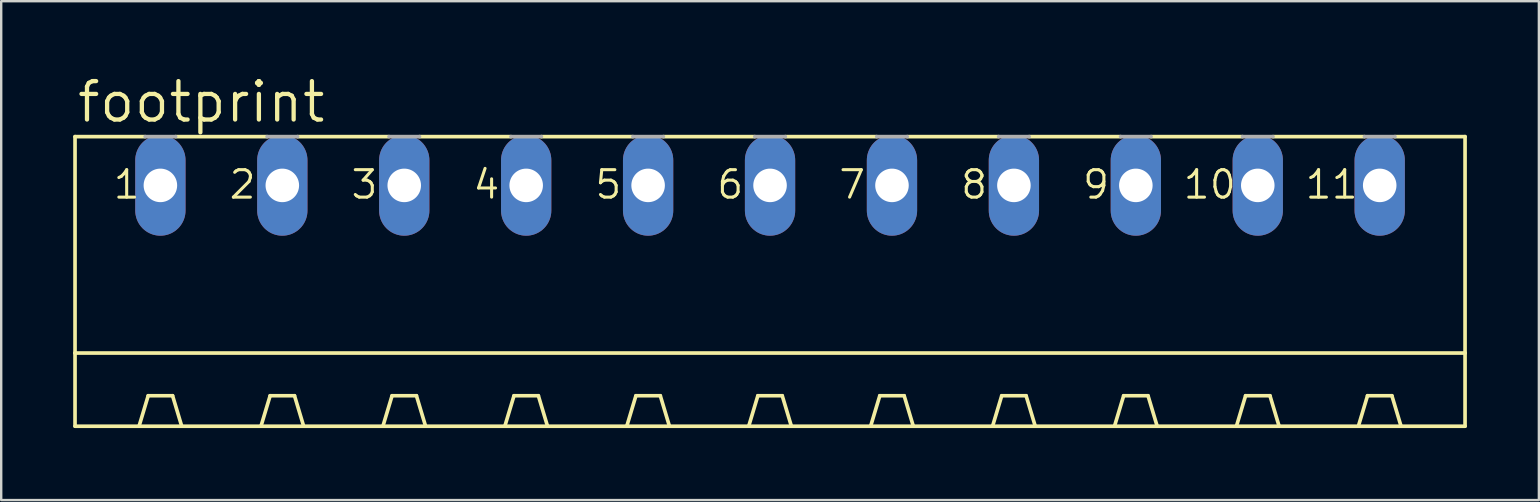
<source format=kicad_pcb>
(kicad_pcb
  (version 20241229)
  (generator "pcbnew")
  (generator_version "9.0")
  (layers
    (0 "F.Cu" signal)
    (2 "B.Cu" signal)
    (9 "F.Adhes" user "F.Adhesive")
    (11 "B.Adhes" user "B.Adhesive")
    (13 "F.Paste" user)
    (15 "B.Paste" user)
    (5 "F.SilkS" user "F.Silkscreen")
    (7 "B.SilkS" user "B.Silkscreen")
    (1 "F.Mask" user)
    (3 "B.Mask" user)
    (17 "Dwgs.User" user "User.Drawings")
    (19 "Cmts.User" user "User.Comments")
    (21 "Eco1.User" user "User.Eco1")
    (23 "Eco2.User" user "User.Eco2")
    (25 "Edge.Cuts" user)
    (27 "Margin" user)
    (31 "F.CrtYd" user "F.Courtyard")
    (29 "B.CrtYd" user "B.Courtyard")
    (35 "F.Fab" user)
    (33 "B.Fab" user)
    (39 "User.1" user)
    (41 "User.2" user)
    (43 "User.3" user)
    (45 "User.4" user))
  (footprint "footprint"
    (layer "F.Cu")
    (at 29.032 9.754)
    (property "Reference" "footprint" (at -28.956 -7.62 0) (layer "F.SilkS") (effects (font (size 1.6 1.6) (thickness 0.178)) (justify left bottom)))
    (fp_line (start -28.956 -7.112) (end -28.956 1.905) (stroke (width 0.152) (type solid)) (layer "F.SilkS"))
    (fp_line (start -28.956 -7.112) (end -26.035 -7.112) (stroke (width 0.152) (type solid)) (layer "F.SilkS"))
    (fp_line (start -28.956 1.905) (end -28.956 4.953) (stroke (width 0.152) (type solid)) (layer "F.SilkS"))
    (fp_line (start -28.956 1.905) (end 28.956 1.905) (stroke (width 0.152) (type solid)) (layer "F.SilkS"))
    (fp_line (start -28.956 4.953) (end -26.289 4.953) (stroke (width 0.152) (type solid)) (layer "F.SilkS"))
    (fp_line (start -26.289 4.953) (end -25.908 3.683) (stroke (width 0.152) (type solid)) (layer "F.SilkS"))
    (fp_line (start -26.289 4.953) (end -24.511 4.953) (stroke (width 0.152) (type solid)) (layer "F.SilkS"))
    (fp_line (start -24.892 3.683) (end -25.908 3.683) (stroke (width 0.152) (type solid)) (layer "F.SilkS"))
    (fp_line (start -24.765 -7.112) (end -20.955 -7.112) (stroke (width 0.152) (type solid)) (layer "F.SilkS"))
    (fp_line (start -24.511 4.953) (end -24.892 3.683) (stroke (width 0.152) (type solid)) (layer "F.SilkS"))
    (fp_line (start -24.511 4.953) (end -21.209 4.953) (stroke (width 0.152) (type solid)) (layer "F.SilkS"))
    (fp_line (start -21.209 4.953) (end -20.828 3.683) (stroke (width 0.152) (type solid)) (layer "F.SilkS"))
    (fp_line (start -21.209 4.953) (end -19.431 4.953) (stroke (width 0.152) (type solid)) (layer "F.SilkS"))
    (fp_line (start -20.828 3.683) (end -19.812 3.683) (stroke (width 0.152) (type solid)) (layer "F.SilkS"))
    (fp_line (start -19.685 -7.112) (end -15.875 -7.112) (stroke (width 0.152) (type solid)) (layer "F.SilkS"))
    (fp_line (start -19.431 4.953) (end -19.812 3.683) (stroke (width 0.152) (type solid)) (layer "F.SilkS"))
    (fp_line (start -19.431 4.953) (end -16.129 4.953) (stroke (width 0.152) (type solid)) (layer "F.SilkS"))
    (fp_line (start -16.129 4.953) (end -15.748 3.683) (stroke (width 0.152) (type solid)) (layer "F.SilkS"))
    (fp_line (start -16.129 4.953) (end -14.351 4.953) (stroke (width 0.152) (type solid)) (layer "F.SilkS"))
    (fp_line (start -15.748 3.683) (end -14.732 3.683) (stroke (width 0.152) (type solid)) (layer "F.SilkS"))
    (fp_line (start -14.605 -7.112) (end -10.795 -7.112) (stroke (width 0.152) (type solid)) (layer "F.SilkS"))
    (fp_line (start -14.351 4.953) (end -14.732 3.683) (stroke (width 0.152) (type solid)) (layer "F.SilkS"))
    (fp_line (start -14.351 4.953) (end -11.049 4.953) (stroke (width 0.152) (type solid)) (layer "F.SilkS"))
    (fp_line (start -11.049 4.953) (end -10.668 3.683) (stroke (width 0.152) (type solid)) (layer "F.SilkS"))
    (fp_line (start -11.049 4.953) (end -9.271 4.953) (stroke (width 0.152) (type solid)) (layer "F.SilkS"))
    (fp_line (start -10.668 3.683) (end -9.652 3.683) (stroke (width 0.152) (type solid)) (layer "F.SilkS"))
    (fp_line (start -9.525 -7.112) (end -5.715 -7.112) (stroke (width 0.152) (type solid)) (layer "F.SilkS"))
    (fp_line (start -9.271 4.953) (end -9.652 3.683) (stroke (width 0.152) (type solid)) (layer "F.SilkS"))
    (fp_line (start -9.271 4.953) (end -5.969 4.953) (stroke (width 0.152) (type solid)) (layer "F.SilkS"))
    (fp_line (start -5.969 4.953) (end -5.588 3.683) (stroke (width 0.152) (type solid)) (layer "F.SilkS"))
    (fp_line (start -5.969 4.953) (end -4.191 4.953) (stroke (width 0.152) (type solid)) (layer "F.SilkS"))
    (fp_line (start -5.588 3.683) (end -4.572 3.683) (stroke (width 0.152) (type solid)) (layer "F.SilkS"))
    (fp_line (start -4.445 -7.112) (end -0.635 -7.112) (stroke (width 0.152) (type solid)) (layer "F.SilkS"))
    (fp_line (start -4.191 4.953) (end -4.572 3.683) (stroke (width 0.152) (type solid)) (layer "F.SilkS"))
    (fp_line (start -4.191 4.953) (end -0.889 4.953) (stroke (width 0.152) (type solid)) (layer "F.SilkS"))
    (fp_line (start -0.889 4.953) (end -0.508 3.683) (stroke (width 0.152) (type solid)) (layer "F.SilkS"))
    (fp_line (start -0.889 4.953) (end 0.889 4.953) (stroke (width 0.152) (type solid)) (layer "F.SilkS"))
    (fp_line (start -0.508 3.683) (end 0.508 3.683) (stroke (width 0.152) (type solid)) (layer "F.SilkS"))
    (fp_line (start 0.635 -7.112) (end 4.445 -7.112) (stroke (width 0.152) (type solid)) (layer "F.SilkS"))
    (fp_line (start 0.889 4.953) (end 0.508 3.683) (stroke (width 0.152) (type solid)) (layer "F.SilkS"))
    (fp_line (start 0.889 4.953) (end 4.191 4.953) (stroke (width 0.152) (type solid)) (layer "F.SilkS"))
    (fp_line (start 4.191 4.953) (end 4.572 3.683) (stroke (width 0.152) (type solid)) (layer "F.SilkS"))
    (fp_line (start 4.191 4.953) (end 5.969 4.953) (stroke (width 0.152) (type solid)) (layer "F.SilkS"))
    (fp_line (start 4.572 3.683) (end 5.588 3.683) (stroke (width 0.152) (type solid)) (layer "F.SilkS"))
    (fp_line (start 5.715 -7.112) (end 9.525 -7.112) (stroke (width 0.152) (type solid)) (layer "F.SilkS"))
    (fp_line (start 5.969 4.953) (end 5.588 3.683) (stroke (width 0.152) (type solid)) (layer "F.SilkS"))
    (fp_line (start 5.969 4.953) (end 9.271 4.953) (stroke (width 0.152) (type solid)) (layer "F.SilkS"))
    (fp_line (start 9.271 4.953) (end 9.652 3.683) (stroke (width 0.152) (type solid)) (layer "F.SilkS"))
    (fp_line (start 9.271 4.953) (end 11.049 4.953) (stroke (width 0.152) (type solid)) (layer "F.SilkS"))
    (fp_line (start 9.652 3.683) (end 10.668 3.683) (stroke (width 0.152) (type solid)) (layer "F.SilkS"))
    (fp_line (start 10.795 -7.112) (end 14.605 -7.112) (stroke (width 0.152) (type solid)) (layer "F.SilkS"))
    (fp_line (start 11.049 4.953) (end 10.668 3.683) (stroke (width 0.152) (type solid)) (layer "F.SilkS"))
    (fp_line (start 11.049 4.953) (end 14.351 4.953) (stroke (width 0.152) (type solid)) (layer "F.SilkS"))
    (fp_line (start 14.351 4.953) (end 14.732 3.683) (stroke (width 0.152) (type solid)) (layer "F.SilkS"))
    (fp_line (start 14.351 4.953) (end 16.129 4.953) (stroke (width 0.152) (type solid)) (layer "F.SilkS"))
    (fp_line (start 14.732 3.683) (end 15.748 3.683) (stroke (width 0.152) (type solid)) (layer "F.SilkS"))
    (fp_line (start 15.875 -7.112) (end 19.685 -7.112) (stroke (width 0.152) (type solid)) (layer "F.SilkS"))
    (fp_line (start 16.129 4.953) (end 15.748 3.683) (stroke (width 0.152) (type solid)) (layer "F.SilkS"))
    (fp_line (start 16.129 4.953) (end 19.431 4.953) (stroke (width 0.152) (type solid)) (layer "F.SilkS"))
    (fp_line (start 19.431 4.953) (end 19.812 3.683) (stroke (width 0.152) (type solid)) (layer "F.SilkS"))
    (fp_line (start 19.431 4.953) (end 21.209 4.953) (stroke (width 0.152) (type solid)) (layer "F.SilkS"))
    (fp_line (start 19.812 3.683) (end 20.828 3.683) (stroke (width 0.152) (type solid)) (layer "F.SilkS"))
    (fp_line (start 20.955 -7.112) (end 24.765 -7.112) (stroke (width 0.152) (type solid)) (layer "F.SilkS"))
    (fp_line (start 21.209 4.953) (end 20.828 3.683) (stroke (width 0.152) (type solid)) (layer "F.SilkS"))
    (fp_line (start 21.209 4.953) (end 24.511 4.953) (stroke (width 0.152) (type solid)) (layer "F.SilkS"))
    (fp_line (start 24.511 4.953) (end 24.892 3.683) (stroke (width 0.152) (type solid)) (layer "F.SilkS"))
    (fp_line (start 24.511 4.953) (end 26.289 4.953) (stroke (width 0.152) (type solid)) (layer "F.SilkS"))
    (fp_line (start 24.892 3.683) (end 25.908 3.683) (stroke (width 0.152) (type solid)) (layer "F.SilkS"))
    (fp_line (start 26.035 -7.112) (end 28.956 -7.112) (stroke (width 0.152) (type solid)) (layer "F.SilkS"))
    (fp_line (start 26.289 4.953) (end 25.908 3.683) (stroke (width 0.152) (type solid)) (layer "F.SilkS"))
    (fp_line (start 26.289 4.953) (end 28.956 4.953) (stroke (width 0.152) (type solid)) (layer "F.SilkS"))
    (fp_line (start 28.956 -7.112) (end 28.956 1.905) (stroke (width 0.152) (type solid)) (layer "F.SilkS"))
    (fp_line (start 28.956 1.905) (end 28.956 4.953) (stroke (width 0.152) (type solid)) (layer "F.SilkS"))
    (fp_line (start -26.035 -7.112) (end -24.765 -7.112) (stroke (width 0.152) (type solid)) (layer "F.Fab"))
    (fp_line (start -20.955 -7.112) (end -19.685 -7.112) (stroke (width 0.152) (type solid)) (layer "F.Fab"))
    (fp_line (start -15.875 -7.112) (end -14.605 -7.112) (stroke (width 0.152) (type solid)) (layer "F.Fab"))
    (fp_line (start -10.795 -7.112) (end -9.525 -7.112) (stroke (width 0.152) (type solid)) (layer "F.Fab"))
    (fp_line (start -5.715 -7.112) (end -4.445 -7.112) (stroke (width 0.152) (type solid)) (layer "F.Fab"))
    (fp_line (start -0.635 -7.112) (end 0.635 -7.112) (stroke (width 0.152) (type solid)) (layer "F.Fab"))
    (fp_line (start 4.445 -7.112) (end 5.715 -7.112) (stroke (width 0.152) (type solid)) (layer "F.Fab"))
    (fp_line (start 9.525 -7.112) (end 10.795 -7.112) (stroke (width 0.152) (type solid)) (layer "F.Fab"))
    (fp_line (start 14.605 -7.112) (end 15.875 -7.112) (stroke (width 0.152) (type solid)) (layer "F.Fab"))
    (fp_line (start 19.685 -7.112) (end 20.955 -7.112) (stroke (width 0.152) (type solid)) (layer "F.Fab"))
    (fp_line (start 24.765 -7.112) (end 26.035 -7.112) (stroke (width 0.152) (type solid)) (layer "F.Fab"))
    (fp_text user "8" (at 7.874 -4.445 0) (layer "F.SilkS") (effects (font (size 1.143 1.143) (thickness 0.127)) (justify left bottom)))
    (fp_text user "2" (at -22.606 -4.445 0) (layer "F.SilkS") (effects (font (size 1.143 1.143) (thickness 0.127)) (justify left bottom)))
    (fp_text user "9" (at 12.954 -4.445 0) (layer "F.SilkS") (effects (font (size 1.143 1.143) (thickness 0.127)) (justify left bottom)))
    (fp_text user "4" (at -12.446 -4.445 0) (layer "F.SilkS") (effects (font (size 1.143 1.143) (thickness 0.127)) (justify left bottom)))
    (fp_text user "1" (at -27.432 -4.445 0) (layer "F.SilkS") (effects (font (size 1.143 1.143) (thickness 0.127)) (justify left bottom)))
    (fp_text user "7" (at 2.794 -4.445 0) (layer "F.SilkS") (effects (font (size 1.143 1.143) (thickness 0.127)) (justify left bottom)))
    (fp_text user "5" (at -7.366 -4.445 0) (layer "F.SilkS") (effects (font (size 1.143 1.143) (thickness 0.127)) (justify left bottom)))
    (fp_text user "6" (at -2.286 -4.445 0) (layer "F.SilkS") (effects (font (size 1.143 1.143) (thickness 0.127)) (justify left bottom)))
    (fp_text user "3" (at -17.526 -4.445 0) (layer "F.SilkS") (effects (font (size 1.143 1.143) (thickness 0.127)) (justify left bottom)))
    (fp_text user "11" (at 22.225 -4.445 0) (layer "F.SilkS") (effects (font (size 1.143 1.143) (thickness 0.127)) (justify left bottom)))
    (fp_text user "10" (at 17.145 -4.445 0) (layer "F.SilkS") (effects (font (size 1.143 1.143) (thickness 0.127)) (justify left bottom)))
    (pad "1" thru_hole oval (at -25.4 -5.08 90) (size 4.191 2.095) (drill 1.397) (layers "*.Cu" "*.Mask"))
    (pad "2" thru_hole oval (at -20.32 -5.08 90) (size 4.191 2.095) (drill 1.397) (layers "*.Cu" "*.Mask"))
    (pad "3" thru_hole oval (at -15.24 -5.08 90) (size 4.191 2.095) (drill 1.397) (layers "*.Cu" "*.Mask"))
    (pad "4" thru_hole oval (at -10.16 -5.08 90) (size 4.191 2.095) (drill 1.397) (layers "*.Cu" "*.Mask"))
    (pad "5" thru_hole oval (at -5.08 -5.08 90) (size 4.191 2.095) (drill 1.397) (layers "*.Cu" "*.Mask"))
    (pad "6" thru_hole oval (at 0 -5.08 90) (size 4.191 2.095) (drill 1.397) (layers "*.Cu" "*.Mask"))
    (pad "7" thru_hole oval (at 5.08 -5.08 90) (size 4.191 2.095) (drill 1.397) (layers "*.Cu" "*.Mask"))
    (pad "8" thru_hole oval (at 10.16 -5.08 90) (size 4.191 2.095) (drill 1.397) (layers "*.Cu" "*.Mask"))
    (pad "9" thru_hole oval (at 15.24 -5.08 90) (size 4.191 2.095) (drill 1.397) (layers "*.Cu" "*.Mask"))
    (pad "10" thru_hole oval (at 20.32 -5.08 90) (size 4.191 2.095) (drill 1.397) (layers "*.Cu" "*.Mask"))
    (pad "11" thru_hole oval (at 25.4 -5.08 90) (size 4.191 2.095) (drill 1.397) (layers "*.Cu" "*.Mask")))
  (gr_rect
    (start -3 -3)
    (end 61.064 17.783)
    (stroke (width 0.1) (type default))
    (fill no)
    (layer "Edge.Cuts")))
</source>
